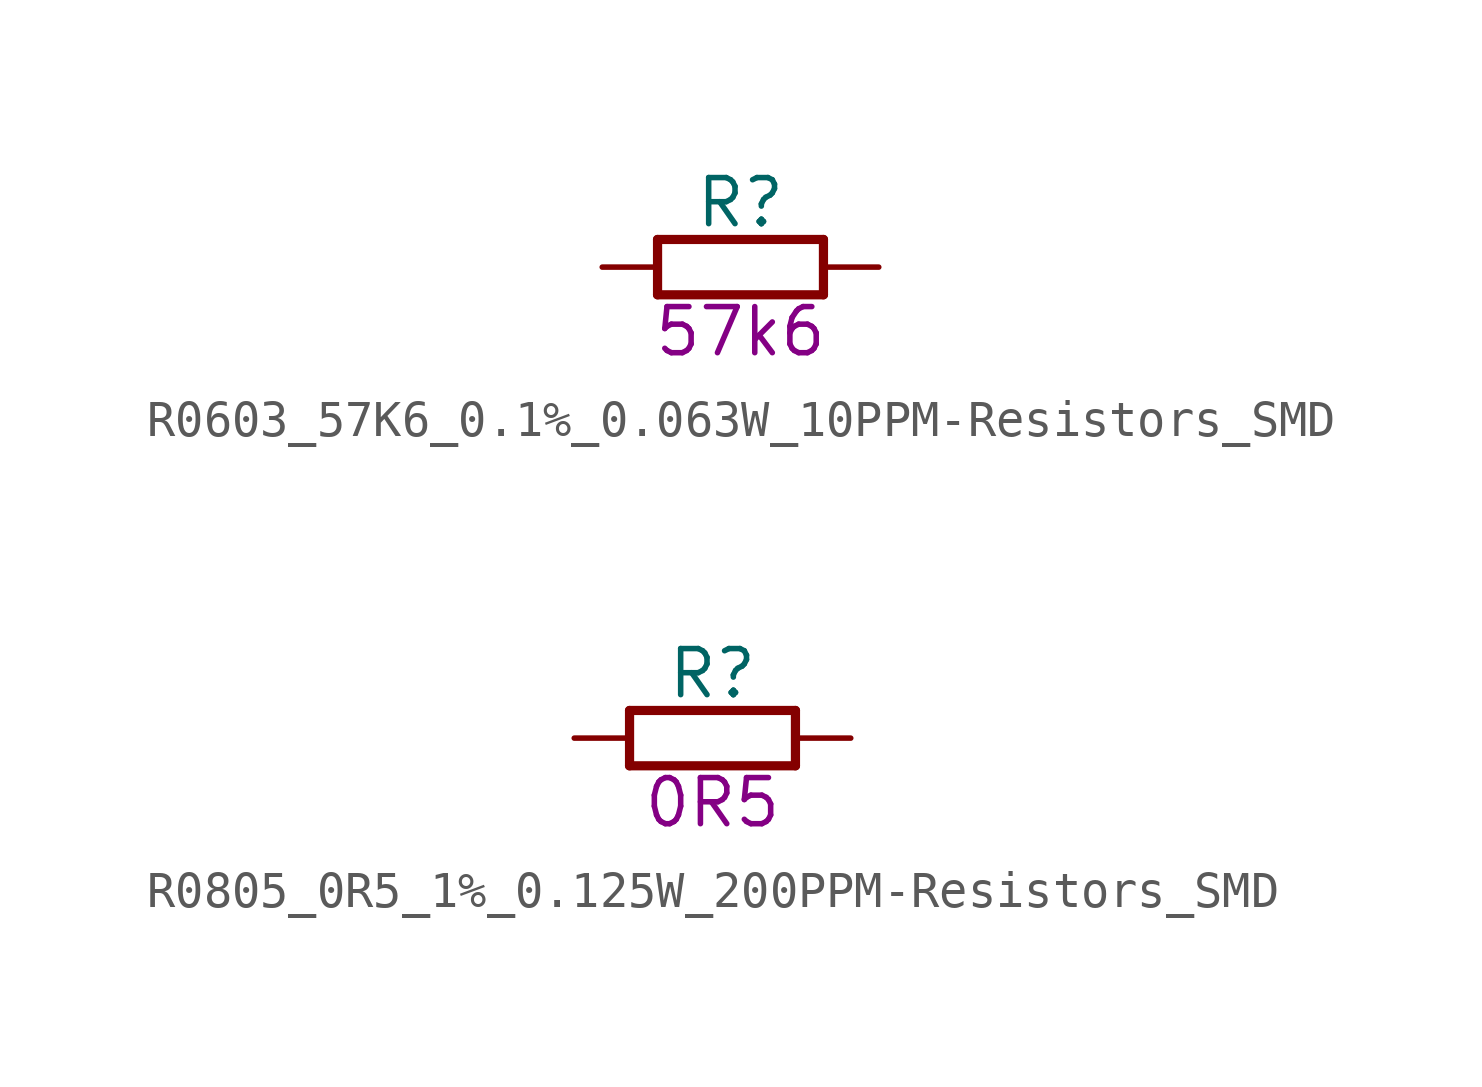
<source format=kicad_sym>
(kicad_symbol_lib
  (version 20200126)
  (host kicad_symbol_editor "(5.99.0-2809-gaceed2b0a4)")
  (symbol "LCD_Board-rescue:R0603_57K6_0.1%_0.063W_10PPM-Resistors_SMD"
    (pin_names
      (offset 1.27))
    (property "Reference" "R"
      (at 3.81 1.778 0)
      (effects (font (size 1.27 1.27))))
    (property "Val" "57k6"
      (at 3.81 -1.778 0)
      (effects (font (size 1.27 1.27))))
    (property "ki_locked" ""
      (at 0 0 0)
      (effects (font (size 1.27 1.27))))
    (symbol "R0603_57K6_0.1%_0.063W_10PPM-Resistors_SMD_0_1"
      (text "0.1%" (at 3.81 0 0) (effects (font (size 0.635 0.635)) hide))
      (polyline (pts (xy 1.524 -0.762) (xy 6.096 -0.762)) (stroke (width 0.254)) (fill (type none)))
      (polyline (pts (xy 1.524 0.762) (xy 1.524 -0.762)) (stroke (width 0.254)) (fill (type none)))
      (polyline (pts (xy 6.096 -0.762) (xy 6.096 0.762)) (stroke (width 0.254)) (fill (type none)))
      (polyline (pts (xy 6.096 0.762) (xy 1.524 0.762)) (stroke (width 0.254)) (fill (type none)))
      (pin passive line (at 0 0 0) (length 1.524) (name "1" (effects (font (size 0 0)))) (number "1" (effects (font (size 0 0)))))
      (pin passive line (at 7.62 0 180) (length 1.524) (name "2" (effects (font (size 0 0)))) (number "2" (effects (font (size 0 0)))))))
  (symbol "LCD_Board-rescue:R0805_0R5_1%_0.125W_200PPM-Resistors_SMD"
    (pin_names
      (offset 1.27))
    (property "Reference" "R"
      (at 3.81 1.778 0)
      (effects (font (size 1.27 1.27))))
    (property "Val" "0R5"
      (at 3.81 -1.778 0)
      (effects (font (size 1.27 1.27))))
    (property "ki_locked" ""
      (at 0 0 0)
      (effects (font (size 1.27 1.27))))
    (symbol "R0805_0R5_1%_0.125W_200PPM-Resistors_SMD_0_1"
      (text "1%" (at 3.81 0 0) (effects (font (size 0.635 0.635)) hide))
      (polyline (pts (xy 1.524 -0.762) (xy 6.096 -0.762)) (stroke (width 0.254)) (fill (type none)))
      (polyline (pts (xy 1.524 0.762) (xy 1.524 -0.762)) (stroke (width 0.254)) (fill (type none)))
      (polyline (pts (xy 6.096 -0.762) (xy 6.096 0.762)) (stroke (width 0.254)) (fill (type none)))
      (polyline (pts (xy 6.096 0.762) (xy 1.524 0.762)) (stroke (width 0.254)) (fill (type none)))
      (pin passive line (at 0 0 0) (length 1.524) (name "1" (effects (font (size 0 0)))) (number "1" (effects (font (size 0 0)))))
      (pin passive line (at 7.62 0 180) (length 1.524) (name "2" (effects (font (size 0 0)))) (number "2" (effects (font (size 0 0))))))))
</source>
